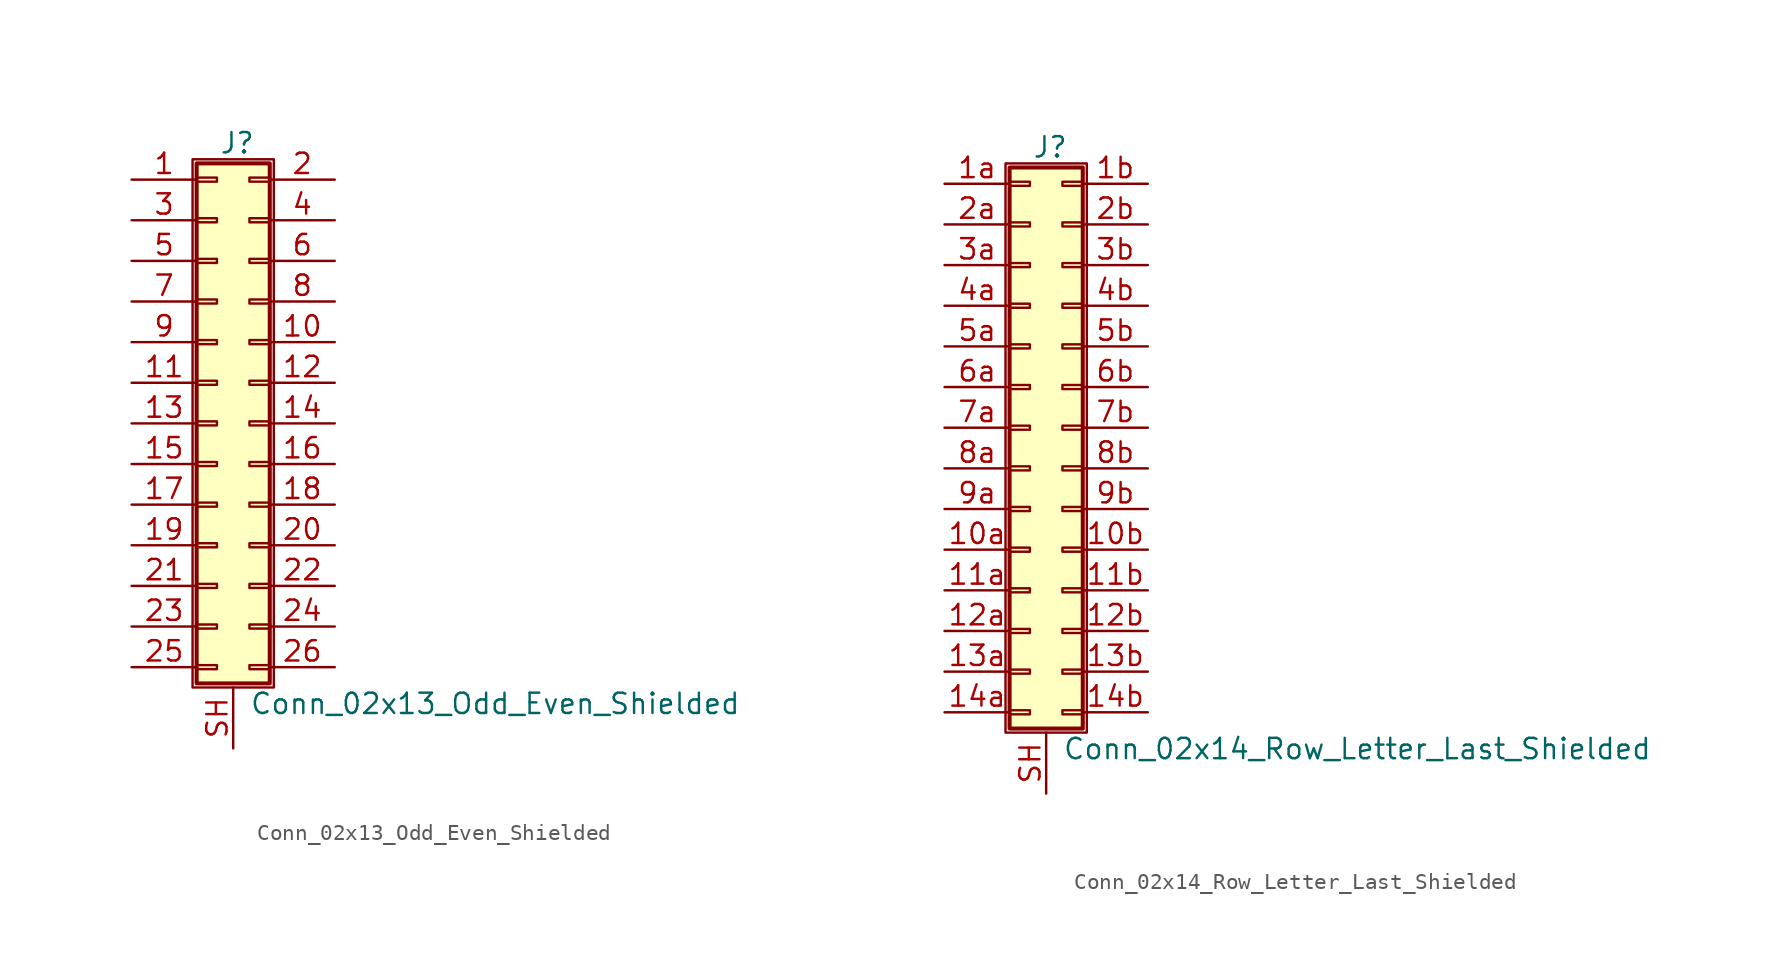
<source format=kicad_sym>
(kicad_symbol_lib
  (version 20201005)
  (generator kicad_symbol_editor)
  (symbol "Connector_Generic_Shielded:Conn_02x13_Odd_Even_Shielded"
    (pin_names
      (offset 1.016) hide)
    (property "Reference" "J"
      (at 1.524 17.526 0)
      (effects (font (size 1.27 1.27))))
    (property "Value" "Conn_02x13_Odd_Even_Shielded"
      (at 2.286 -17.526 0)
      (effects (font (size 1.27 1.27)) (justify left)))
    (symbol "Conn_02x13_Odd_Even_Shielded_1_1"
      (rectangle (start -1.016 -4.953) (end 0.254 -5.207) (stroke (width 0.152)) (fill (type none)))
      (rectangle (start -1.016 -7.493) (end 0.254 -7.747) (stroke (width 0.152)) (fill (type none)))
      (rectangle (start -1.016 -10.033) (end 0.254 -10.287) (stroke (width 0.152)) (fill (type none)))
      (rectangle (start -1.016 -12.573) (end 0.254 -12.827) (stroke (width 0.152)) (fill (type none)))
      (rectangle (start -1.016 -15.113) (end 0.254 -15.367) (stroke (width 0.152)) (fill (type none)))
      (rectangle (start -1.016 -2.413) (end 0.254 -2.667) (stroke (width 0.152)) (fill (type none)))
      (rectangle (start -1.016 2.667) (end 0.254 2.413) (stroke (width 0.152)) (fill (type none)))
      (rectangle (start -1.016 5.207) (end 0.254 4.953) (stroke (width 0.152)) (fill (type none)))
      (rectangle (start -1.016 7.747) (end 0.254 7.493) (stroke (width 0.152)) (fill (type none)))
      (rectangle (start -1.016 10.287) (end 0.254 10.033) (stroke (width 0.152)) (fill (type none)))
      (rectangle (start -1.016 0.127) (end 0.254 -0.127) (stroke (width 0.152)) (fill (type none)))
      (rectangle (start -1.016 12.827) (end 0.254 12.573) (stroke (width 0.152)) (fill (type none)))
      (rectangle (start -1.016 15.367) (end 0.254 15.113) (stroke (width 0.152)) (fill (type none)))
      (rectangle (start -1.016 16.256) (end 3.556 -16.256) (stroke (width 0.254)) (fill (type background)))
      (rectangle (start -1.27 16.51) (end 3.81 -16.51) (stroke (width 0.152)) (fill (type none)))
      (rectangle (start 3.556 -4.953) (end 2.286 -5.207) (stroke (width 0.152)) (fill (type none)))
      (rectangle (start 3.556 -7.493) (end 2.286 -7.747) (stroke (width 0.152)) (fill (type none)))
      (rectangle (start 3.556 -10.033) (end 2.286 -10.287) (stroke (width 0.152)) (fill (type none)))
      (rectangle (start 3.556 -12.573) (end 2.286 -12.827) (stroke (width 0.152)) (fill (type none)))
      (rectangle (start 3.556 -15.113) (end 2.286 -15.367) (stroke (width 0.152)) (fill (type none)))
      (rectangle (start 3.556 -2.413) (end 2.286 -2.667) (stroke (width 0.152)) (fill (type none)))
      (rectangle (start 3.556 2.667) (end 2.286 2.413) (stroke (width 0.152)) (fill (type none)))
      (rectangle (start 3.556 5.207) (end 2.286 4.953) (stroke (width 0.152)) (fill (type none)))
      (rectangle (start 3.556 7.747) (end 2.286 7.493) (stroke (width 0.152)) (fill (type none)))
      (rectangle (start 3.556 10.287) (end 2.286 10.033) (stroke (width 0.152)) (fill (type none)))
      (rectangle (start 3.556 0.127) (end 2.286 -0.127) (stroke (width 0.152)) (fill (type none)))
      (rectangle (start 3.556 12.827) (end 2.286 12.573) (stroke (width 0.152)) (fill (type none)))
      (rectangle (start 3.556 15.367) (end 2.286 15.113) (stroke (width 0.152)) (fill (type none)))
      (pin passive line (at -5.08 15.24 0) (length 4.064) (name "Pin_1" (effects (font (size 1.27 1.27)))) (number "1" (effects (font (size 1.27 1.27)))))
      (pin passive line (at 7.62 5.08 180) (length 4.064) (name "Pin_10" (effects (font (size 1.27 1.27)))) (number "10" (effects (font (size 1.27 1.27)))))
      (pin passive line (at -5.08 2.54 0) (length 4.064) (name "Pin_11" (effects (font (size 1.27 1.27)))) (number "11" (effects (font (size 1.27 1.27)))))
      (pin passive line (at 7.62 2.54 180) (length 4.064) (name "Pin_12" (effects (font (size 1.27 1.27)))) (number "12" (effects (font (size 1.27 1.27)))))
      (pin passive line (at -5.08 0 0) (length 4.064) (name "Pin_13" (effects (font (size 1.27 1.27)))) (number "13" (effects (font (size 1.27 1.27)))))
      (pin passive line (at 7.62 0 180) (length 4.064) (name "Pin_14" (effects (font (size 1.27 1.27)))) (number "14" (effects (font (size 1.27 1.27)))))
      (pin passive line (at -5.08 -2.54 0) (length 4.064) (name "Pin_15" (effects (font (size 1.27 1.27)))) (number "15" (effects (font (size 1.27 1.27)))))
      (pin passive line (at 7.62 -2.54 180) (length 4.064) (name "Pin_16" (effects (font (size 1.27 1.27)))) (number "16" (effects (font (size 1.27 1.27)))))
      (pin passive line (at -5.08 -5.08 0) (length 4.064) (name "Pin_17" (effects (font (size 1.27 1.27)))) (number "17" (effects (font (size 1.27 1.27)))))
      (pin passive line (at 7.62 -5.08 180) (length 4.064) (name "Pin_18" (effects (font (size 1.27 1.27)))) (number "18" (effects (font (size 1.27 1.27)))))
      (pin passive line (at -5.08 -7.62 0) (length 4.064) (name "Pin_19" (effects (font (size 1.27 1.27)))) (number "19" (effects (font (size 1.27 1.27)))))
      (pin passive line (at 7.62 15.24 180) (length 4.064) (name "Pin_2" (effects (font (size 1.27 1.27)))) (number "2" (effects (font (size 1.27 1.27)))))
      (pin passive line (at 7.62 -7.62 180) (length 4.064) (name "Pin_20" (effects (font (size 1.27 1.27)))) (number "20" (effects (font (size 1.27 1.27)))))
      (pin passive line (at -5.08 -10.16 0) (length 4.064) (name "Pin_21" (effects (font (size 1.27 1.27)))) (number "21" (effects (font (size 1.27 1.27)))))
      (pin passive line (at 7.62 -10.16 180) (length 4.064) (name "Pin_22" (effects (font (size 1.27 1.27)))) (number "22" (effects (font (size 1.27 1.27)))))
      (pin passive line (at -5.08 -12.7 0) (length 4.064) (name "Pin_23" (effects (font (size 1.27 1.27)))) (number "23" (effects (font (size 1.27 1.27)))))
      (pin passive line (at 7.62 -12.7 180) (length 4.064) (name "Pin_24" (effects (font (size 1.27 1.27)))) (number "24" (effects (font (size 1.27 1.27)))))
      (pin passive line (at -5.08 -15.24 0) (length 4.064) (name "Pin_25" (effects (font (size 1.27 1.27)))) (number "25" (effects (font (size 1.27 1.27)))))
      (pin passive line (at 7.62 -15.24 180) (length 4.064) (name "Pin_26" (effects (font (size 1.27 1.27)))) (number "26" (effects (font (size 1.27 1.27)))))
      (pin passive line (at -5.08 12.7 0) (length 4.064) (name "Pin_3" (effects (font (size 1.27 1.27)))) (number "3" (effects (font (size 1.27 1.27)))))
      (pin passive line (at 7.62 12.7 180) (length 4.064) (name "Pin_4" (effects (font (size 1.27 1.27)))) (number "4" (effects (font (size 1.27 1.27)))))
      (pin passive line (at -5.08 10.16 0) (length 4.064) (name "Pin_5" (effects (font (size 1.27 1.27)))) (number "5" (effects (font (size 1.27 1.27)))))
      (pin passive line (at 7.62 10.16 180) (length 4.064) (name "Pin_6" (effects (font (size 1.27 1.27)))) (number "6" (effects (font (size 1.27 1.27)))))
      (pin passive line (at -5.08 7.62 0) (length 4.064) (name "Pin_7" (effects (font (size 1.27 1.27)))) (number "7" (effects (font (size 1.27 1.27)))))
      (pin passive line (at 7.62 7.62 180) (length 4.064) (name "Pin_8" (effects (font (size 1.27 1.27)))) (number "8" (effects (font (size 1.27 1.27)))))
      (pin passive line (at -5.08 5.08 0) (length 4.064) (name "Pin_9" (effects (font (size 1.27 1.27)))) (number "9" (effects (font (size 1.27 1.27)))))
      (pin passive line (at 1.27 -20.32 90) (length 3.81) (name "Shield" (effects (font (size 1.27 1.27)))) (number "SH" (effects (font (size 1.27 1.27)))))))
  (symbol "Connector_Generic_Shielded:Conn_02x14_Row_Letter_Last_Shielded"
    (pin_names
      (offset 1.016) hide)
    (property "Reference" "J"
      (at 1.524 17.526 0)
      (effects (font (size 1.27 1.27))))
    (property "Value" "Conn_02x14_Row_Letter_Last_Shielded"
      (at 2.286 -20.066 0)
      (effects (font (size 1.27 1.27)) (justify left)))
    (symbol "Conn_02x14_Row_Letter_Last_Shielded_1_1"
      (rectangle (start -1.016 -4.953) (end 0.254 -5.207) (stroke (width 0.152)) (fill (type none)))
      (rectangle (start -1.016 -7.493) (end 0.254 -7.747) (stroke (width 0.152)) (fill (type none)))
      (rectangle (start -1.016 -10.033) (end 0.254 -10.287) (stroke (width 0.152)) (fill (type none)))
      (rectangle (start -1.016 -12.573) (end 0.254 -12.827) (stroke (width 0.152)) (fill (type none)))
      (rectangle (start -1.016 -15.113) (end 0.254 -15.367) (stroke (width 0.152)) (fill (type none)))
      (rectangle (start -1.016 -17.653) (end 0.254 -17.907) (stroke (width 0.152)) (fill (type none)))
      (rectangle (start -1.016 -2.413) (end 0.254 -2.667) (stroke (width 0.152)) (fill (type none)))
      (rectangle (start -1.016 2.667) (end 0.254 2.413) (stroke (width 0.152)) (fill (type none)))
      (rectangle (start -1.016 5.207) (end 0.254 4.953) (stroke (width 0.152)) (fill (type none)))
      (rectangle (start -1.016 7.747) (end 0.254 7.493) (stroke (width 0.152)) (fill (type none)))
      (rectangle (start -1.016 10.287) (end 0.254 10.033) (stroke (width 0.152)) (fill (type none)))
      (rectangle (start -1.016 0.127) (end 0.254 -0.127) (stroke (width 0.152)) (fill (type none)))
      (rectangle (start -1.016 12.827) (end 0.254 12.573) (stroke (width 0.152)) (fill (type none)))
      (rectangle (start -1.016 15.367) (end 0.254 15.113) (stroke (width 0.152)) (fill (type none)))
      (rectangle (start -1.016 16.256) (end 3.556 -18.796) (stroke (width 0.254)) (fill (type background)))
      (rectangle (start -1.27 16.51) (end 3.81 -19.05) (stroke (width 0.152)) (fill (type none)))
      (rectangle (start 3.556 -4.953) (end 2.286 -5.207) (stroke (width 0.152)) (fill (type none)))
      (rectangle (start 3.556 -7.493) (end 2.286 -7.747) (stroke (width 0.152)) (fill (type none)))
      (rectangle (start 3.556 -10.033) (end 2.286 -10.287) (stroke (width 0.152)) (fill (type none)))
      (rectangle (start 3.556 -12.573) (end 2.286 -12.827) (stroke (width 0.152)) (fill (type none)))
      (rectangle (start 3.556 -15.113) (end 2.286 -15.367) (stroke (width 0.152)) (fill (type none)))
      (rectangle (start 3.556 -17.653) (end 2.286 -17.907) (stroke (width 0.152)) (fill (type none)))
      (rectangle (start 3.556 -2.413) (end 2.286 -2.667) (stroke (width 0.152)) (fill (type none)))
      (rectangle (start 3.556 2.667) (end 2.286 2.413) (stroke (width 0.152)) (fill (type none)))
      (rectangle (start 3.556 5.207) (end 2.286 4.953) (stroke (width 0.152)) (fill (type none)))
      (rectangle (start 3.556 7.747) (end 2.286 7.493) (stroke (width 0.152)) (fill (type none)))
      (rectangle (start 3.556 10.287) (end 2.286 10.033) (stroke (width 0.152)) (fill (type none)))
      (rectangle (start 3.556 0.127) (end 2.286 -0.127) (stroke (width 0.152)) (fill (type none)))
      (rectangle (start 3.556 12.827) (end 2.286 12.573) (stroke (width 0.152)) (fill (type none)))
      (rectangle (start 3.556 15.367) (end 2.286 15.113) (stroke (width 0.152)) (fill (type none)))
      (pin passive line (at -5.08 -7.62 0) (length 4.064) (name "Pin_10a" (effects (font (size 1.27 1.27)))) (number "10a" (effects (font (size 1.27 1.27)))))
      (pin passive line (at 7.62 -7.62 180) (length 4.064) (name "Pin_10b" (effects (font (size 1.27 1.27)))) (number "10b" (effects (font (size 1.27 1.27)))))
      (pin passive line (at -5.08 -10.16 0) (length 4.064) (name "Pin_11a" (effects (font (size 1.27 1.27)))) (number "11a" (effects (font (size 1.27 1.27)))))
      (pin passive line (at 7.62 -10.16 180) (length 4.064) (name "Pin_11b" (effects (font (size 1.27 1.27)))) (number "11b" (effects (font (size 1.27 1.27)))))
      (pin passive line (at -5.08 -12.7 0) (length 4.064) (name "Pin_12a" (effects (font (size 1.27 1.27)))) (number "12a" (effects (font (size 1.27 1.27)))))
      (pin passive line (at 7.62 -12.7 180) (length 4.064) (name "Pin_12b" (effects (font (size 1.27 1.27)))) (number "12b" (effects (font (size 1.27 1.27)))))
      (pin passive line (at -5.08 -15.24 0) (length 4.064) (name "Pin_13a" (effects (font (size 1.27 1.27)))) (number "13a" (effects (font (size 1.27 1.27)))))
      (pin passive line (at 7.62 -15.24 180) (length 4.064) (name "Pin_13b" (effects (font (size 1.27 1.27)))) (number "13b" (effects (font (size 1.27 1.27)))))
      (pin passive line (at -5.08 -17.78 0) (length 4.064) (name "Pin_14a" (effects (font (size 1.27 1.27)))) (number "14a" (effects (font (size 1.27 1.27)))))
      (pin passive line (at 7.62 -17.78 180) (length 4.064) (name "Pin_14b" (effects (font (size 1.27 1.27)))) (number "14b" (effects (font (size 1.27 1.27)))))
      (pin passive line (at -5.08 15.24 0) (length 4.064) (name "Pin_1a" (effects (font (size 1.27 1.27)))) (number "1a" (effects (font (size 1.27 1.27)))))
      (pin passive line (at 7.62 15.24 180) (length 4.064) (name "Pin_1b" (effects (font (size 1.27 1.27)))) (number "1b" (effects (font (size 1.27 1.27)))))
      (pin passive line (at -5.08 12.7 0) (length 4.064) (name "Pin_2a" (effects (font (size 1.27 1.27)))) (number "2a" (effects (font (size 1.27 1.27)))))
      (pin passive line (at 7.62 12.7 180) (length 4.064) (name "Pin_2b" (effects (font (size 1.27 1.27)))) (number "2b" (effects (font (size 1.27 1.27)))))
      (pin passive line (at -5.08 10.16 0) (length 4.064) (name "Pin_3a" (effects (font (size 1.27 1.27)))) (number "3a" (effects (font (size 1.27 1.27)))))
      (pin passive line (at 7.62 10.16 180) (length 4.064) (name "Pin_3b" (effects (font (size 1.27 1.27)))) (number "3b" (effects (font (size 1.27 1.27)))))
      (pin passive line (at -5.08 7.62 0) (length 4.064) (name "Pin_4a" (effects (font (size 1.27 1.27)))) (number "4a" (effects (font (size 1.27 1.27)))))
      (pin passive line (at 7.62 7.62 180) (length 4.064) (name "Pin_4b" (effects (font (size 1.27 1.27)))) (number "4b" (effects (font (size 1.27 1.27)))))
      (pin passive line (at -5.08 5.08 0) (length 4.064) (name "Pin_5a" (effects (font (size 1.27 1.27)))) (number "5a" (effects (font (size 1.27 1.27)))))
      (pin passive line (at 7.62 5.08 180) (length 4.064) (name "Pin_5b" (effects (font (size 1.27 1.27)))) (number "5b" (effects (font (size 1.27 1.27)))))
      (pin passive line (at -5.08 2.54 0) (length 4.064) (name "Pin_6a" (effects (font (size 1.27 1.27)))) (number "6a" (effects (font (size 1.27 1.27)))))
      (pin passive line (at 7.62 2.54 180) (length 4.064) (name "Pin_6b" (effects (font (size 1.27 1.27)))) (number "6b" (effects (font (size 1.27 1.27)))))
      (pin passive line (at -5.08 0 0) (length 4.064) (name "Pin_7a" (effects (font (size 1.27 1.27)))) (number "7a" (effects (font (size 1.27 1.27)))))
      (pin passive line (at 7.62 0 180) (length 4.064) (name "Pin_7b" (effects (font (size 1.27 1.27)))) (number "7b" (effects (font (size 1.27 1.27)))))
      (pin passive line (at -5.08 -2.54 0) (length 4.064) (name "Pin_8a" (effects (font (size 1.27 1.27)))) (number "8a" (effects (font (size 1.27 1.27)))))
      (pin passive line (at 7.62 -2.54 180) (length 4.064) (name "Pin_8b" (effects (font (size 1.27 1.27)))) (number "8b" (effects (font (size 1.27 1.27)))))
      (pin passive line (at -5.08 -5.08 0) (length 4.064) (name "Pin_9a" (effects (font (size 1.27 1.27)))) (number "9a" (effects (font (size 1.27 1.27)))))
      (pin passive line (at 7.62 -5.08 180) (length 4.064) (name "Pin_9b" (effects (font (size 1.27 1.27)))) (number "9b" (effects (font (size 1.27 1.27)))))
      (pin passive line (at 1.27 -22.86 90) (length 3.81) (name "Shield" (effects (font (size 1.27 1.27)))) (number "SH" (effects (font (size 1.27 1.27))))))))
</source>
